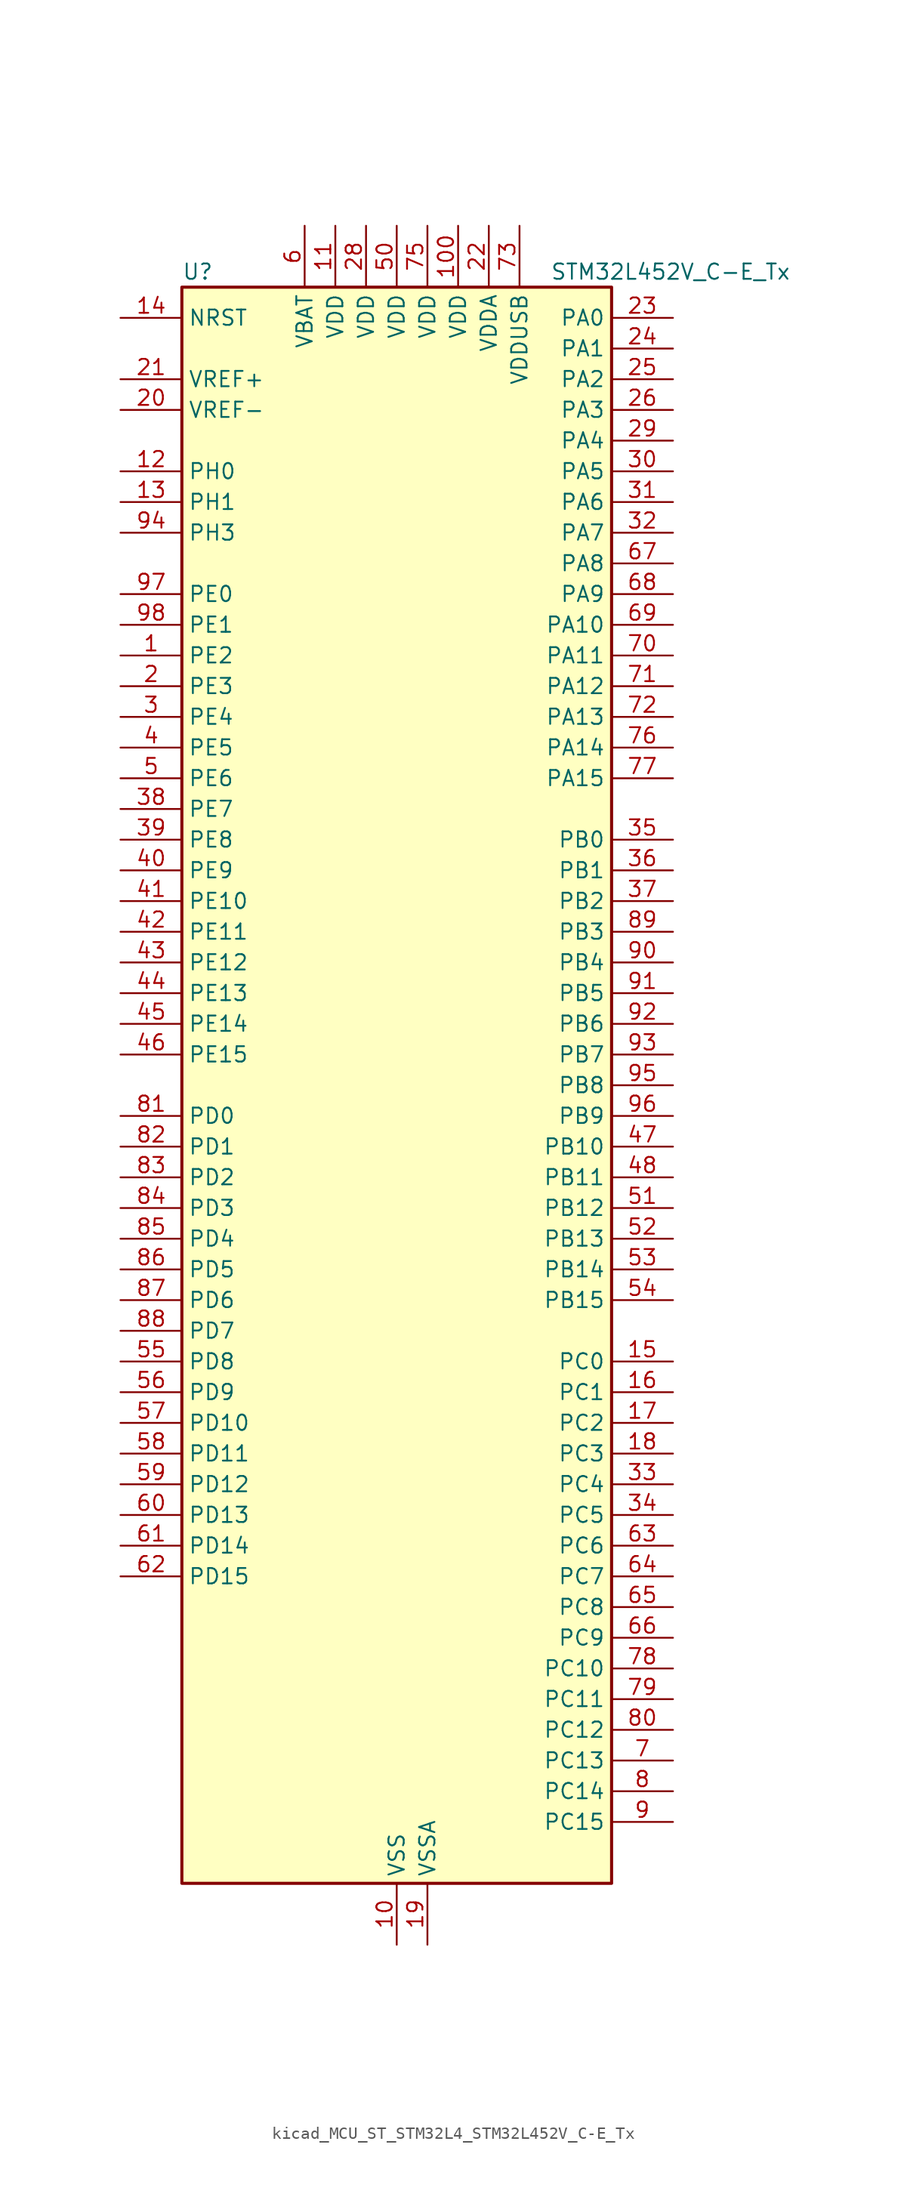
<source format=kicad_sym>
(kicad_symbol_lib
  (version 20220914)
  (generator kicad_symbol_editor)
  (symbol "kicad_MCU_ST_STM32L4_STM32L452V_C-E_Tx"
    (property "Reference" "U"
      (at -17.78 67.31 0)
      (effects (font (size 1.27 1.27)) (justify left)))
    (property "Value" "STM32L452V_C-E_Tx"
      (at 12.7 67.31 0)
      (effects (font (size 1.27 1.27)) (justify left)))
    (property "ki_locked" ""
      (at 0 0 0)
      (effects (font (size 1.27 1.27))))
    (symbol "kicad_MCU_ST_STM32L4_STM32L452V_C-E_Tx_0_1"
      (rectangle (start -17.78 -66.04) (end 17.78 66.04) (stroke (width 0.254) (type default)) (fill (type background))))
    (symbol "kicad_MCU_ST_STM32L4_STM32L452V_C-E_Tx_1_1"
      (pin bidirectional line (at -22.86 35.56 0) (length 5.08) (name "PE2" (effects (font (size 1.27 1.27)))) (number "1" (effects (font (size 1.27 1.27)))) (alternate "SAI1_MCLK_A" bidirectional line) (alternate "SYS_TRACECLK" bidirectional line) (alternate "TIM3_ETR" bidirectional line) (alternate "TSC_G7_IO1" bidirectional line))
      (pin power_in line (at 0 -71.12 90) (length 5.08) (name "VSS" (effects (font (size 1.27 1.27)))) (number "10" (effects (font (size 1.27 1.27)))))
      (pin power_in line (at 5.08 71.12 270) (length 5.08) (name "VDD" (effects (font (size 1.27 1.27)))) (number "100" (effects (font (size 1.27 1.27)))))
      (pin power_in line (at -5.08 71.12 270) (length 5.08) (name "VDD" (effects (font (size 1.27 1.27)))) (number "11" (effects (font (size 1.27 1.27)))))
      (pin bidirectional line (at -22.86 50.8 0) (length 5.08) (name "PH0" (effects (font (size 1.27 1.27)))) (number "12" (effects (font (size 1.27 1.27)))) (alternate "RCC_OSC_IN" bidirectional line))
      (pin bidirectional line (at -22.86 48.26 0) (length 5.08) (name "PH1" (effects (font (size 1.27 1.27)))) (number "13" (effects (font (size 1.27 1.27)))) (alternate "RCC_OSC_OUT" bidirectional line))
      (pin input line (at -22.86 63.5 0) (length 5.08) (name "NRST" (effects (font (size 1.27 1.27)))) (number "14" (effects (font (size 1.27 1.27)))))
      (pin bidirectional line (at 22.86 -22.86 180) (length 5.08) (name "PC0" (effects (font (size 1.27 1.27)))) (number "15" (effects (font (size 1.27 1.27)))) (alternate "ADC1_IN1" bidirectional line) (alternate "I2C3_SCL" bidirectional line) (alternate "I2C4_SCL" bidirectional line) (alternate "LPTIM1_IN1" bidirectional line) (alternate "LPTIM2_IN1" bidirectional line) (alternate "LPUART1_RX" bidirectional line))
      (pin bidirectional line (at 22.86 -25.4 180) (length 5.08) (name "PC1" (effects (font (size 1.27 1.27)))) (number "16" (effects (font (size 1.27 1.27)))) (alternate "ADC1_IN2" bidirectional line) (alternate "I2C3_SDA" bidirectional line) (alternate "I2C4_SDA" bidirectional line) (alternate "LPTIM1_OUT" bidirectional line) (alternate "LPUART1_TX" bidirectional line) (alternate "SYS_TRACED0" bidirectional line))
      (pin bidirectional line (at 22.86 -27.94 180) (length 5.08) (name "PC2" (effects (font (size 1.27 1.27)))) (number "17" (effects (font (size 1.27 1.27)))) (alternate "ADC1_IN3" bidirectional line) (alternate "DFSDM1_CKOUT" bidirectional line) (alternate "LPTIM1_IN2" bidirectional line) (alternate "SPI2_MISO" bidirectional line))
      (pin bidirectional line (at 22.86 -30.48 180) (length 5.08) (name "PC3" (effects (font (size 1.27 1.27)))) (number "18" (effects (font (size 1.27 1.27)))) (alternate "ADC1_IN4" bidirectional line) (alternate "LPTIM1_ETR" bidirectional line) (alternate "LPTIM2_ETR" bidirectional line) (alternate "SAI1_SD_A" bidirectional line) (alternate "SPI2_MOSI" bidirectional line))
      (pin power_in line (at 2.54 -71.12 90) (length 5.08) (name "VSSA" (effects (font (size 1.27 1.27)))) (number "19" (effects (font (size 1.27 1.27)))))
      (pin bidirectional line (at -22.86 33.02 0) (length 5.08) (name "PE3" (effects (font (size 1.27 1.27)))) (number "2" (effects (font (size 1.27 1.27)))) (alternate "SAI1_SD_B" bidirectional line) (alternate "SYS_TRACED0" bidirectional line) (alternate "TIM3_CH1" bidirectional line) (alternate "TSC_G7_IO2" bidirectional line))
      (pin input line (at -22.86 55.88 0) (length 5.08) (name "VREF-" (effects (font (size 1.27 1.27)))) (number "20" (effects (font (size 1.27 1.27)))))
      (pin input line (at -22.86 58.42 0) (length 5.08) (name "VREF+" (effects (font (size 1.27 1.27)))) (number "21" (effects (font (size 1.27 1.27)))) (alternate "VREFBUF_OUT" bidirectional line))
      (pin power_in line (at 7.62 71.12 270) (length 5.08) (name "VDDA" (effects (font (size 1.27 1.27)))) (number "22" (effects (font (size 1.27 1.27)))))
      (pin bidirectional line (at 22.86 63.5 180) (length 5.08) (name "PA0" (effects (font (size 1.27 1.27)))) (number "23" (effects (font (size 1.27 1.27)))) (alternate "ADC1_IN5" bidirectional line) (alternate "COMP1_INM" bidirectional line) (alternate "COMP1_OUT" bidirectional line) (alternate "OPAMP1_VINP" bidirectional line) (alternate "RTC_TAMP2" bidirectional line) (alternate "SAI1_EXTCLK" bidirectional line) (alternate "SYS_WKUP1" bidirectional line) (alternate "TIM2_CH1" bidirectional line) (alternate "TIM2_ETR" bidirectional line) (alternate "UART4_TX" bidirectional line) (alternate "USART2_CTS" bidirectional line))
      (pin bidirectional line (at 22.86 60.96 180) (length 5.08) (name "PA1" (effects (font (size 1.27 1.27)))) (number "24" (effects (font (size 1.27 1.27)))) (alternate "ADC1_IN6" bidirectional line) (alternate "COMP1_INP" bidirectional line) (alternate "I2C1_SMBA" bidirectional line) (alternate "OPAMP1_VINM" bidirectional line) (alternate "SPI1_SCK" bidirectional line) (alternate "TIM15_CH1N" bidirectional line) (alternate "TIM2_CH2" bidirectional line) (alternate "UART4_RX" bidirectional line) (alternate "USART2_DE" bidirectional line) (alternate "USART2_RTS" bidirectional line))
      (pin bidirectional line (at 22.86 58.42 180) (length 5.08) (name "PA2" (effects (font (size 1.27 1.27)))) (number "25" (effects (font (size 1.27 1.27)))) (alternate "ADC1_IN7" bidirectional line) (alternate "COMP2_INM" bidirectional line) (alternate "COMP2_OUT" bidirectional line) (alternate "LPUART1_TX" bidirectional line) (alternate "QUADSPI_BK1_NCS" bidirectional line) (alternate "RCC_LSCO" bidirectional line) (alternate "SYS_WKUP4" bidirectional line) (alternate "TIM15_CH1" bidirectional line) (alternate "TIM2_CH3" bidirectional line) (alternate "USART2_TX" bidirectional line))
      (pin bidirectional line (at 22.86 55.88 180) (length 5.08) (name "PA3" (effects (font (size 1.27 1.27)))) (number "26" (effects (font (size 1.27 1.27)))) (alternate "ADC1_IN8" bidirectional line) (alternate "COMP2_INP" bidirectional line) (alternate "LPUART1_RX" bidirectional line) (alternate "OPAMP1_VOUT" bidirectional line) (alternate "QUADSPI_CLK" bidirectional line) (alternate "SAI1_MCLK_A" bidirectional line) (alternate "TIM15_CH2" bidirectional line) (alternate "TIM2_CH4" bidirectional line) (alternate "USART2_RX" bidirectional line))
      (pin passive line (at 0 -71.12 90) (length 5.08) hide (name "VSS" (effects (font (size 1.27 1.27)))) (number "27" (effects (font (size 1.27 1.27)))))
      (pin power_in line (at -2.54 71.12 270) (length 5.08) (name "VDD" (effects (font (size 1.27 1.27)))) (number "28" (effects (font (size 1.27 1.27)))))
      (pin bidirectional line (at 22.86 53.34 180) (length 5.08) (name "PA4" (effects (font (size 1.27 1.27)))) (number "29" (effects (font (size 1.27 1.27)))) (alternate "ADC1_IN9" bidirectional line) (alternate "COMP1_INM" bidirectional line) (alternate "COMP2_INM" bidirectional line) (alternate "DAC1_OUT1" bidirectional line) (alternate "LPTIM2_OUT" bidirectional line) (alternate "SAI1_FS_B" bidirectional line) (alternate "SPI1_NSS" bidirectional line) (alternate "SPI3_NSS" bidirectional line) (alternate "USART2_CK" bidirectional line))
      (pin bidirectional line (at -22.86 30.48 0) (length 5.08) (name "PE4" (effects (font (size 1.27 1.27)))) (number "3" (effects (font (size 1.27 1.27)))) (alternate "DFSDM1_DATIN3" bidirectional line) (alternate "SAI1_FS_A" bidirectional line) (alternate "SYS_TRACED1" bidirectional line) (alternate "TIM3_CH2" bidirectional line) (alternate "TSC_G7_IO3" bidirectional line))
      (pin bidirectional line (at 22.86 50.8 180) (length 5.08) (name "PA5" (effects (font (size 1.27 1.27)))) (number "30" (effects (font (size 1.27 1.27)))) (alternate "ADC1_IN10" bidirectional line) (alternate "COMP1_INM" bidirectional line) (alternate "COMP2_INM" bidirectional line) (alternate "DFSDM1_CKOUT" bidirectional line) (alternate "LPTIM2_ETR" bidirectional line) (alternate "SPI1_SCK" bidirectional line) (alternate "TIM2_CH1" bidirectional line) (alternate "TIM2_ETR" bidirectional line))
      (pin bidirectional line (at 22.86 48.26 180) (length 5.08) (name "PA6" (effects (font (size 1.27 1.27)))) (number "31" (effects (font (size 1.27 1.27)))) (alternate "ADC1_IN11" bidirectional line) (alternate "COMP1_OUT" bidirectional line) (alternate "LPUART1_CTS" bidirectional line) (alternate "QUADSPI_BK1_IO3" bidirectional line) (alternate "SPI1_MISO" bidirectional line) (alternate "TIM16_CH1" bidirectional line) (alternate "TIM1_BKIN" bidirectional line) (alternate "TIM1_BKIN_COMP2" bidirectional line) (alternate "TIM3_CH1" bidirectional line) (alternate "USART3_CTS" bidirectional line))
      (pin bidirectional line (at 22.86 45.72 180) (length 5.08) (name "PA7" (effects (font (size 1.27 1.27)))) (number "32" (effects (font (size 1.27 1.27)))) (alternate "ADC1_IN12" bidirectional line) (alternate "COMP2_OUT" bidirectional line) (alternate "DFSDM1_DATIN0" bidirectional line) (alternate "I2C3_SCL" bidirectional line) (alternate "QUADSPI_BK1_IO2" bidirectional line) (alternate "SPI1_MOSI" bidirectional line) (alternate "TIM1_CH1N" bidirectional line) (alternate "TIM3_CH2" bidirectional line))
      (pin bidirectional line (at 22.86 -33.02 180) (length 5.08) (name "PC4" (effects (font (size 1.27 1.27)))) (number "33" (effects (font (size 1.27 1.27)))) (alternate "ADC1_IN13" bidirectional line) (alternate "COMP1_INM" bidirectional line) (alternate "USART3_TX" bidirectional line))
      (pin bidirectional line (at 22.86 -35.56 180) (length 5.08) (name "PC5" (effects (font (size 1.27 1.27)))) (number "34" (effects (font (size 1.27 1.27)))) (alternate "ADC1_IN14" bidirectional line) (alternate "COMP1_INP" bidirectional line) (alternate "SYS_WKUP5" bidirectional line) (alternate "USART3_RX" bidirectional line))
      (pin bidirectional line (at 22.86 20.32 180) (length 5.08) (name "PB0" (effects (font (size 1.27 1.27)))) (number "35" (effects (font (size 1.27 1.27)))) (alternate "ADC1_IN15" bidirectional line) (alternate "COMP1_OUT" bidirectional line) (alternate "DFSDM1_CKIN0" bidirectional line) (alternate "QUADSPI_BK1_IO1" bidirectional line) (alternate "SAI1_EXTCLK" bidirectional line) (alternate "SPI1_NSS" bidirectional line) (alternate "TIM1_CH2N" bidirectional line) (alternate "TIM3_CH3" bidirectional line) (alternate "USART3_CK" bidirectional line))
      (pin bidirectional line (at 22.86 17.78 180) (length 5.08) (name "PB1" (effects (font (size 1.27 1.27)))) (number "36" (effects (font (size 1.27 1.27)))) (alternate "ADC1_IN16" bidirectional line) (alternate "COMP1_INM" bidirectional line) (alternate "DFSDM1_DATIN0" bidirectional line) (alternate "LPTIM2_IN1" bidirectional line) (alternate "LPUART1_DE" bidirectional line) (alternate "LPUART1_RTS" bidirectional line) (alternate "QUADSPI_BK1_IO0" bidirectional line) (alternate "TIM1_CH3N" bidirectional line) (alternate "TIM3_CH4" bidirectional line) (alternate "USART3_DE" bidirectional line) (alternate "USART3_RTS" bidirectional line))
      (pin bidirectional line (at 22.86 15.24 180) (length 5.08) (name "PB2" (effects (font (size 1.27 1.27)))) (number "37" (effects (font (size 1.27 1.27)))) (alternate "COMP1_INP" bidirectional line) (alternate "DFSDM1_CKIN0" bidirectional line) (alternate "I2C3_SMBA" bidirectional line) (alternate "LPTIM1_OUT" bidirectional line) (alternate "RTC_OUT_ALARM" bidirectional line) (alternate "RTC_OUT_CALIB" bidirectional line))
      (pin bidirectional line (at -22.86 22.86 0) (length 5.08) (name "PE7" (effects (font (size 1.27 1.27)))) (number "38" (effects (font (size 1.27 1.27)))) (alternate "DFSDM1_DATIN2" bidirectional line) (alternate "SAI1_SD_B" bidirectional line) (alternate "TIM1_ETR" bidirectional line))
      (pin bidirectional line (at -22.86 20.32 0) (length 5.08) (name "PE8" (effects (font (size 1.27 1.27)))) (number "39" (effects (font (size 1.27 1.27)))) (alternate "DFSDM1_CKIN2" bidirectional line) (alternate "SAI1_SCK_B" bidirectional line) (alternate "TIM1_CH1N" bidirectional line))
      (pin bidirectional line (at -22.86 27.94 0) (length 5.08) (name "PE5" (effects (font (size 1.27 1.27)))) (number "4" (effects (font (size 1.27 1.27)))) (alternate "DFSDM1_CKIN3" bidirectional line) (alternate "SAI1_SCK_A" bidirectional line) (alternate "SYS_TRACED2" bidirectional line) (alternate "TIM3_CH3" bidirectional line) (alternate "TSC_G7_IO4" bidirectional line))
      (pin bidirectional line (at -22.86 17.78 0) (length 5.08) (name "PE9" (effects (font (size 1.27 1.27)))) (number "40" (effects (font (size 1.27 1.27)))) (alternate "DAC1_EXTI9" bidirectional line) (alternate "DFSDM1_CKOUT" bidirectional line) (alternate "SAI1_FS_B" bidirectional line) (alternate "TIM1_CH1" bidirectional line))
      (pin bidirectional line (at -22.86 15.24 0) (length 5.08) (name "PE10" (effects (font (size 1.27 1.27)))) (number "41" (effects (font (size 1.27 1.27)))) (alternate "QUADSPI_CLK" bidirectional line) (alternate "SAI1_MCLK_B" bidirectional line) (alternate "TIM1_CH2N" bidirectional line) (alternate "TSC_G5_IO1" bidirectional line))
      (pin bidirectional line (at -22.86 12.7 0) (length 5.08) (name "PE11" (effects (font (size 1.27 1.27)))) (number "42" (effects (font (size 1.27 1.27)))) (alternate "ADC1_EXTI11" bidirectional line) (alternate "QUADSPI_BK1_NCS" bidirectional line) (alternate "TIM1_CH2" bidirectional line) (alternate "TSC_G5_IO2" bidirectional line))
      (pin bidirectional line (at -22.86 10.16 0) (length 5.08) (name "PE12" (effects (font (size 1.27 1.27)))) (number "43" (effects (font (size 1.27 1.27)))) (alternate "QUADSPI_BK1_IO0" bidirectional line) (alternate "SPI1_NSS" bidirectional line) (alternate "TIM1_CH3N" bidirectional line) (alternate "TSC_G5_IO3" bidirectional line))
      (pin bidirectional line (at -22.86 7.62 0) (length 5.08) (name "PE13" (effects (font (size 1.27 1.27)))) (number "44" (effects (font (size 1.27 1.27)))) (alternate "QUADSPI_BK1_IO1" bidirectional line) (alternate "SPI1_SCK" bidirectional line) (alternate "TIM1_CH3" bidirectional line) (alternate "TSC_G5_IO4" bidirectional line))
      (pin bidirectional line (at -22.86 5.08 0) (length 5.08) (name "PE14" (effects (font (size 1.27 1.27)))) (number "45" (effects (font (size 1.27 1.27)))) (alternate "QUADSPI_BK1_IO2" bidirectional line) (alternate "SPI1_MISO" bidirectional line) (alternate "TIM1_BKIN2" bidirectional line) (alternate "TIM1_BKIN2_COMP2" bidirectional line) (alternate "TIM1_CH4" bidirectional line))
      (pin bidirectional line (at -22.86 2.54 0) (length 5.08) (name "PE15" (effects (font (size 1.27 1.27)))) (number "46" (effects (font (size 1.27 1.27)))) (alternate "ADC1_EXTI15" bidirectional line) (alternate "QUADSPI_BK1_IO3" bidirectional line) (alternate "SPI1_MOSI" bidirectional line) (alternate "TIM1_BKIN" bidirectional line) (alternate "TIM1_BKIN_COMP1" bidirectional line))
      (pin bidirectional line (at 22.86 -5.08 180) (length 5.08) (name "PB10" (effects (font (size 1.27 1.27)))) (number "47" (effects (font (size 1.27 1.27)))) (alternate "COMP1_OUT" bidirectional line) (alternate "I2C2_SCL" bidirectional line) (alternate "I2C4_SCL" bidirectional line) (alternate "LPUART1_RX" bidirectional line) (alternate "QUADSPI_CLK" bidirectional line) (alternate "SAI1_SCK_A" bidirectional line) (alternate "SPI2_SCK" bidirectional line) (alternate "TIM2_CH3" bidirectional line) (alternate "TSC_SYNC" bidirectional line) (alternate "USART3_TX" bidirectional line))
      (pin bidirectional line (at 22.86 -7.62 180) (length 5.08) (name "PB11" (effects (font (size 1.27 1.27)))) (number "48" (effects (font (size 1.27 1.27)))) (alternate "ADC1_EXTI11" bidirectional line) (alternate "COMP2_OUT" bidirectional line) (alternate "I2C2_SDA" bidirectional line) (alternate "I2C4_SDA" bidirectional line) (alternate "LPUART1_TX" bidirectional line) (alternate "QUADSPI_BK1_NCS" bidirectional line) (alternate "TIM2_CH4" bidirectional line) (alternate "USART3_RX" bidirectional line))
      (pin passive line (at 0 -71.12 90) (length 5.08) hide (name "VSS" (effects (font (size 1.27 1.27)))) (number "49" (effects (font (size 1.27 1.27)))))
      (pin bidirectional line (at -22.86 25.4 0) (length 5.08) (name "PE6" (effects (font (size 1.27 1.27)))) (number "5" (effects (font (size 1.27 1.27)))) (alternate "RTC_TAMP3" bidirectional line) (alternate "SAI1_SD_A" bidirectional line) (alternate "SYS_TRACED3" bidirectional line) (alternate "SYS_WKUP3" bidirectional line) (alternate "TIM3_CH4" bidirectional line))
      (pin power_in line (at 0 71.12 270) (length 5.08) (name "VDD" (effects (font (size 1.27 1.27)))) (number "50" (effects (font (size 1.27 1.27)))))
      (pin bidirectional line (at 22.86 -10.16 180) (length 5.08) (name "PB12" (effects (font (size 1.27 1.27)))) (number "51" (effects (font (size 1.27 1.27)))) (alternate "CAN1_RX" bidirectional line) (alternate "DFSDM1_DATIN1" bidirectional line) (alternate "I2C2_SMBA" bidirectional line) (alternate "LPUART1_DE" bidirectional line) (alternate "LPUART1_RTS" bidirectional line) (alternate "SAI1_FS_A" bidirectional line) (alternate "SPI2_NSS" bidirectional line) (alternate "TIM15_BKIN" bidirectional line) (alternate "TIM1_BKIN" bidirectional line) (alternate "TIM1_BKIN_COMP2" bidirectional line) (alternate "TSC_G1_IO1" bidirectional line) (alternate "USART3_CK" bidirectional line))
      (pin bidirectional line (at 22.86 -12.7 180) (length 5.08) (name "PB13" (effects (font (size 1.27 1.27)))) (number "52" (effects (font (size 1.27 1.27)))) (alternate "CAN1_TX" bidirectional line) (alternate "DFSDM1_CKIN1" bidirectional line) (alternate "I2C2_SCL" bidirectional line) (alternate "LPUART1_CTS" bidirectional line) (alternate "SAI1_SCK_A" bidirectional line) (alternate "SPI2_SCK" bidirectional line) (alternate "TIM15_CH1N" bidirectional line) (alternate "TIM1_CH1N" bidirectional line) (alternate "TSC_G1_IO2" bidirectional line) (alternate "USART3_CTS" bidirectional line))
      (pin bidirectional line (at 22.86 -15.24 180) (length 5.08) (name "PB14" (effects (font (size 1.27 1.27)))) (number "53" (effects (font (size 1.27 1.27)))) (alternate "DFSDM1_DATIN2" bidirectional line) (alternate "I2C2_SDA" bidirectional line) (alternate "SAI1_MCLK_A" bidirectional line) (alternate "SPI2_MISO" bidirectional line) (alternate "TIM15_CH1" bidirectional line) (alternate "TIM1_CH2N" bidirectional line) (alternate "TSC_G1_IO3" bidirectional line) (alternate "USART3_DE" bidirectional line) (alternate "USART3_RTS" bidirectional line))
      (pin bidirectional line (at 22.86 -17.78 180) (length 5.08) (name "PB15" (effects (font (size 1.27 1.27)))) (number "54" (effects (font (size 1.27 1.27)))) (alternate "ADC1_EXTI15" bidirectional line) (alternate "DFSDM1_CKIN2" bidirectional line) (alternate "RTC_REFIN" bidirectional line) (alternate "SAI1_SD_A" bidirectional line) (alternate "SPI2_MOSI" bidirectional line) (alternate "TIM15_CH2" bidirectional line) (alternate "TIM1_CH3N" bidirectional line) (alternate "TSC_G1_IO4" bidirectional line))
      (pin bidirectional line (at -22.86 -22.86 0) (length 5.08) (name "PD8" (effects (font (size 1.27 1.27)))) (number "55" (effects (font (size 1.27 1.27)))) (alternate "USART3_TX" bidirectional line))
      (pin bidirectional line (at -22.86 -25.4 0) (length 5.08) (name "PD9" (effects (font (size 1.27 1.27)))) (number "56" (effects (font (size 1.27 1.27)))) (alternate "DAC1_EXTI9" bidirectional line) (alternate "USART3_RX" bidirectional line))
      (pin bidirectional line (at -22.86 -27.94 0) (length 5.08) (name "PD10" (effects (font (size 1.27 1.27)))) (number "57" (effects (font (size 1.27 1.27)))) (alternate "TSC_G6_IO1" bidirectional line) (alternate "USART3_CK" bidirectional line))
      (pin bidirectional line (at -22.86 -30.48 0) (length 5.08) (name "PD11" (effects (font (size 1.27 1.27)))) (number "58" (effects (font (size 1.27 1.27)))) (alternate "ADC1_EXTI11" bidirectional line) (alternate "I2C4_SMBA" bidirectional line) (alternate "LPTIM2_ETR" bidirectional line) (alternate "TSC_G6_IO2" bidirectional line) (alternate "USART3_CTS" bidirectional line))
      (pin bidirectional line (at -22.86 -33.02 0) (length 5.08) (name "PD12" (effects (font (size 1.27 1.27)))) (number "59" (effects (font (size 1.27 1.27)))) (alternate "I2C4_SCL" bidirectional line) (alternate "LPTIM2_IN1" bidirectional line) (alternate "TSC_G6_IO3" bidirectional line) (alternate "USART3_DE" bidirectional line) (alternate "USART3_RTS" bidirectional line))
      (pin power_in line (at -7.62 71.12 270) (length 5.08) (name "VBAT" (effects (font (size 1.27 1.27)))) (number "6" (effects (font (size 1.27 1.27)))))
      (pin bidirectional line (at -22.86 -35.56 0) (length 5.08) (name "PD13" (effects (font (size 1.27 1.27)))) (number "60" (effects (font (size 1.27 1.27)))) (alternate "I2C4_SDA" bidirectional line) (alternate "LPTIM2_OUT" bidirectional line) (alternate "TSC_G6_IO4" bidirectional line))
      (pin bidirectional line (at -22.86 -38.1 0) (length 5.08) (name "PD14" (effects (font (size 1.27 1.27)))) (number "61" (effects (font (size 1.27 1.27)))))
      (pin bidirectional line (at -22.86 -40.64 0) (length 5.08) (name "PD15" (effects (font (size 1.27 1.27)))) (number "62" (effects (font (size 1.27 1.27)))) (alternate "ADC1_EXTI15" bidirectional line))
      (pin bidirectional line (at 22.86 -38.1 180) (length 5.08) (name "PC6" (effects (font (size 1.27 1.27)))) (number "63" (effects (font (size 1.27 1.27)))) (alternate "DFSDM1_CKIN3" bidirectional line) (alternate "SDMMC1_D6" bidirectional line) (alternate "TIM3_CH1" bidirectional line) (alternate "TSC_G4_IO1" bidirectional line))
      (pin bidirectional line (at 22.86 -40.64 180) (length 5.08) (name "PC7" (effects (font (size 1.27 1.27)))) (number "64" (effects (font (size 1.27 1.27)))) (alternate "DFSDM1_DATIN3" bidirectional line) (alternate "SDMMC1_D7" bidirectional line) (alternate "TIM3_CH2" bidirectional line) (alternate "TSC_G4_IO2" bidirectional line))
      (pin bidirectional line (at 22.86 -43.18 180) (length 5.08) (name "PC8" (effects (font (size 1.27 1.27)))) (number "65" (effects (font (size 1.27 1.27)))) (alternate "SDMMC1_D0" bidirectional line) (alternate "TIM3_CH3" bidirectional line) (alternate "TSC_G4_IO3" bidirectional line))
      (pin bidirectional line (at 22.86 -45.72 180) (length 5.08) (name "PC9" (effects (font (size 1.27 1.27)))) (number "66" (effects (font (size 1.27 1.27)))) (alternate "DAC1_EXTI9" bidirectional line) (alternate "SDMMC1_D1" bidirectional line) (alternate "TIM3_CH4" bidirectional line) (alternate "TSC_G4_IO4" bidirectional line) (alternate "USB_NOE" bidirectional line))
      (pin bidirectional line (at 22.86 43.18 180) (length 5.08) (name "PA8" (effects (font (size 1.27 1.27)))) (number "67" (effects (font (size 1.27 1.27)))) (alternate "DFSDM1_CKIN1" bidirectional line) (alternate "LPTIM2_OUT" bidirectional line) (alternate "RCC_MCO" bidirectional line) (alternate "SAI1_SCK_A" bidirectional line) (alternate "TIM1_CH1" bidirectional line) (alternate "USART1_CK" bidirectional line))
      (pin bidirectional line (at 22.86 40.64 180) (length 5.08) (name "PA9" (effects (font (size 1.27 1.27)))) (number "68" (effects (font (size 1.27 1.27)))) (alternate "DAC1_EXTI9" bidirectional line) (alternate "DFSDM1_DATIN1" bidirectional line) (alternate "I2C1_SCL" bidirectional line) (alternate "SAI1_FS_A" bidirectional line) (alternate "TIM15_BKIN" bidirectional line) (alternate "TIM1_CH2" bidirectional line) (alternate "USART1_TX" bidirectional line))
      (pin bidirectional line (at 22.86 38.1 180) (length 5.08) (name "PA10" (effects (font (size 1.27 1.27)))) (number "69" (effects (font (size 1.27 1.27)))) (alternate "CRS_SYNC" bidirectional line) (alternate "I2C1_SDA" bidirectional line) (alternate "SAI1_SD_A" bidirectional line) (alternate "TIM1_CH3" bidirectional line) (alternate "USART1_RX" bidirectional line))
      (pin bidirectional line (at 22.86 -55.88 180) (length 5.08) (name "PC13" (effects (font (size 1.27 1.27)))) (number "7" (effects (font (size 1.27 1.27)))) (alternate "RTC_OUT_ALARM" bidirectional line) (alternate "RTC_OUT_CALIB" bidirectional line) (alternate "RTC_TAMP1" bidirectional line) (alternate "RTC_TS" bidirectional line) (alternate "SYS_WKUP2" bidirectional line))
      (pin bidirectional line (at 22.86 35.56 180) (length 5.08) (name "PA11" (effects (font (size 1.27 1.27)))) (number "70" (effects (font (size 1.27 1.27)))) (alternate "ADC1_EXTI11" bidirectional line) (alternate "CAN1_RX" bidirectional line) (alternate "COMP1_OUT" bidirectional line) (alternate "SPI1_MISO" bidirectional line) (alternate "TIM1_BKIN2" bidirectional line) (alternate "TIM1_BKIN2_COMP1" bidirectional line) (alternate "TIM1_CH4" bidirectional line) (alternate "USART1_CTS" bidirectional line) (alternate "USB_DM" bidirectional line))
      (pin bidirectional line (at 22.86 33.02 180) (length 5.08) (name "PA12" (effects (font (size 1.27 1.27)))) (number "71" (effects (font (size 1.27 1.27)))) (alternate "CAN1_TX" bidirectional line) (alternate "SPI1_MOSI" bidirectional line) (alternate "TIM1_ETR" bidirectional line) (alternate "USART1_DE" bidirectional line) (alternate "USART1_RTS" bidirectional line) (alternate "USB_DP" bidirectional line))
      (pin bidirectional line (at 22.86 30.48 180) (length 5.08) (name "PA13" (effects (font (size 1.27 1.27)))) (number "72" (effects (font (size 1.27 1.27)))) (alternate "IR_OUT" bidirectional line) (alternate "SAI1_SD_B" bidirectional line) (alternate "SYS_JTMS-SWDIO" bidirectional line) (alternate "USB_NOE" bidirectional line))
      (pin power_in line (at 10.16 71.12 270) (length 5.08) (name "VDDUSB" (effects (font (size 1.27 1.27)))) (number "73" (effects (font (size 1.27 1.27)))))
      (pin passive line (at 0 -71.12 90) (length 5.08) hide (name "VSS" (effects (font (size 1.27 1.27)))) (number "74" (effects (font (size 1.27 1.27)))))
      (pin power_in line (at 2.54 71.12 270) (length 5.08) (name "VDD" (effects (font (size 1.27 1.27)))) (number "75" (effects (font (size 1.27 1.27)))))
      (pin bidirectional line (at 22.86 27.94 180) (length 5.08) (name "PA14" (effects (font (size 1.27 1.27)))) (number "76" (effects (font (size 1.27 1.27)))) (alternate "I2C1_SMBA" bidirectional line) (alternate "I2C4_SMBA" bidirectional line) (alternate "LPTIM1_OUT" bidirectional line) (alternate "SAI1_FS_B" bidirectional line) (alternate "SYS_JTCK-SWCLK" bidirectional line))
      (pin bidirectional line (at 22.86 25.4 180) (length 5.08) (name "PA15" (effects (font (size 1.27 1.27)))) (number "77" (effects (font (size 1.27 1.27)))) (alternate "ADC1_EXTI15" bidirectional line) (alternate "SPI1_NSS" bidirectional line) (alternate "SPI3_NSS" bidirectional line) (alternate "SYS_JTDI" bidirectional line) (alternate "TIM2_CH1" bidirectional line) (alternate "TIM2_ETR" bidirectional line) (alternate "TSC_G3_IO1" bidirectional line) (alternate "UART4_DE" bidirectional line) (alternate "UART4_RTS" bidirectional line) (alternate "USART2_RX" bidirectional line) (alternate "USART3_DE" bidirectional line) (alternate "USART3_RTS" bidirectional line))
      (pin bidirectional line (at 22.86 -48.26 180) (length 5.08) (name "PC10" (effects (font (size 1.27 1.27)))) (number "78" (effects (font (size 1.27 1.27)))) (alternate "SDMMC1_D2" bidirectional line) (alternate "SPI3_SCK" bidirectional line) (alternate "SYS_TRACED1" bidirectional line) (alternate "TSC_G3_IO2" bidirectional line) (alternate "UART4_TX" bidirectional line) (alternate "USART3_TX" bidirectional line))
      (pin bidirectional line (at 22.86 -50.8 180) (length 5.08) (name "PC11" (effects (font (size 1.27 1.27)))) (number "79" (effects (font (size 1.27 1.27)))) (alternate "ADC1_EXTI11" bidirectional line) (alternate "SDMMC1_D3" bidirectional line) (alternate "SPI3_MISO" bidirectional line) (alternate "TSC_G3_IO3" bidirectional line) (alternate "UART4_RX" bidirectional line) (alternate "USART3_RX" bidirectional line))
      (pin bidirectional line (at 22.86 -58.42 180) (length 5.08) (name "PC14" (effects (font (size 1.27 1.27)))) (number "8" (effects (font (size 1.27 1.27)))) (alternate "RCC_OSC32_IN" bidirectional line))
      (pin bidirectional line (at 22.86 -53.34 180) (length 5.08) (name "PC12" (effects (font (size 1.27 1.27)))) (number "80" (effects (font (size 1.27 1.27)))) (alternate "SDMMC1_CK" bidirectional line) (alternate "SPI3_MOSI" bidirectional line) (alternate "SYS_TRACED3" bidirectional line) (alternate "TSC_G3_IO4" bidirectional line) (alternate "USART3_CK" bidirectional line))
      (pin bidirectional line (at -22.86 -2.54 0) (length 5.08) (name "PD0" (effects (font (size 1.27 1.27)))) (number "81" (effects (font (size 1.27 1.27)))) (alternate "CAN1_RX" bidirectional line) (alternate "SPI2_NSS" bidirectional line))
      (pin bidirectional line (at -22.86 -5.08 0) (length 5.08) (name "PD1" (effects (font (size 1.27 1.27)))) (number "82" (effects (font (size 1.27 1.27)))) (alternate "CAN1_TX" bidirectional line) (alternate "SPI2_SCK" bidirectional line))
      (pin bidirectional line (at -22.86 -7.62 0) (length 5.08) (name "PD2" (effects (font (size 1.27 1.27)))) (number "83" (effects (font (size 1.27 1.27)))) (alternate "SDMMC1_CMD" bidirectional line) (alternate "SYS_TRACED2" bidirectional line) (alternate "TIM3_ETR" bidirectional line) (alternate "TSC_SYNC" bidirectional line) (alternate "USART3_DE" bidirectional line) (alternate "USART3_RTS" bidirectional line))
      (pin bidirectional line (at -22.86 -10.16 0) (length 5.08) (name "PD3" (effects (font (size 1.27 1.27)))) (number "84" (effects (font (size 1.27 1.27)))) (alternate "DFSDM1_DATIN0" bidirectional line) (alternate "QUADSPI_BK2_NCS" bidirectional line) (alternate "SPI2_MISO" bidirectional line) (alternate "USART2_CTS" bidirectional line))
      (pin bidirectional line (at -22.86 -12.7 0) (length 5.08) (name "PD4" (effects (font (size 1.27 1.27)))) (number "85" (effects (font (size 1.27 1.27)))) (alternate "DFSDM1_CKIN0" bidirectional line) (alternate "QUADSPI_BK2_IO0" bidirectional line) (alternate "SPI2_MOSI" bidirectional line) (alternate "USART2_DE" bidirectional line) (alternate "USART2_RTS" bidirectional line))
      (pin bidirectional line (at -22.86 -15.24 0) (length 5.08) (name "PD5" (effects (font (size 1.27 1.27)))) (number "86" (effects (font (size 1.27 1.27)))) (alternate "QUADSPI_BK2_IO1" bidirectional line) (alternate "USART2_TX" bidirectional line))
      (pin bidirectional line (at -22.86 -17.78 0) (length 5.08) (name "PD6" (effects (font (size 1.27 1.27)))) (number "87" (effects (font (size 1.27 1.27)))) (alternate "DFSDM1_DATIN1" bidirectional line) (alternate "QUADSPI_BK2_IO2" bidirectional line) (alternate "SAI1_SD_A" bidirectional line) (alternate "USART2_RX" bidirectional line))
      (pin bidirectional line (at -22.86 -20.32 0) (length 5.08) (name "PD7" (effects (font (size 1.27 1.27)))) (number "88" (effects (font (size 1.27 1.27)))) (alternate "DFSDM1_CKIN1" bidirectional line) (alternate "QUADSPI_BK2_IO3" bidirectional line) (alternate "USART2_CK" bidirectional line))
      (pin bidirectional line (at 22.86 12.7 180) (length 5.08) (name "PB3" (effects (font (size 1.27 1.27)))) (number "89" (effects (font (size 1.27 1.27)))) (alternate "COMP2_INM" bidirectional line) (alternate "SAI1_SCK_B" bidirectional line) (alternate "SPI1_SCK" bidirectional line) (alternate "SPI3_SCK" bidirectional line) (alternate "SYS_JTDO-SWO" bidirectional line) (alternate "TIM2_CH2" bidirectional line) (alternate "USART1_DE" bidirectional line) (alternate "USART1_RTS" bidirectional line))
      (pin bidirectional line (at 22.86 -60.96 180) (length 5.08) (name "PC15" (effects (font (size 1.27 1.27)))) (number "9" (effects (font (size 1.27 1.27)))) (alternate "ADC1_EXTI15" bidirectional line) (alternate "RCC_OSC32_OUT" bidirectional line))
      (pin bidirectional line (at 22.86 10.16 180) (length 5.08) (name "PB4" (effects (font (size 1.27 1.27)))) (number "90" (effects (font (size 1.27 1.27)))) (alternate "COMP2_INP" bidirectional line) (alternate "I2C3_SDA" bidirectional line) (alternate "SAI1_MCLK_B" bidirectional line) (alternate "SPI1_MISO" bidirectional line) (alternate "SPI3_MISO" bidirectional line) (alternate "SYS_JTRST" bidirectional line) (alternate "TIM3_CH1" bidirectional line) (alternate "TSC_G2_IO1" bidirectional line) (alternate "USART1_CTS" bidirectional line))
      (pin bidirectional line (at 22.86 7.62 180) (length 5.08) (name "PB5" (effects (font (size 1.27 1.27)))) (number "91" (effects (font (size 1.27 1.27)))) (alternate "CAN1_RX" bidirectional line) (alternate "COMP2_OUT" bidirectional line) (alternate "I2C1_SMBA" bidirectional line) (alternate "LPTIM1_IN1" bidirectional line) (alternate "SAI1_SD_B" bidirectional line) (alternate "SPI1_MOSI" bidirectional line) (alternate "SPI3_MOSI" bidirectional line) (alternate "TIM16_BKIN" bidirectional line) (alternate "TIM3_CH2" bidirectional line) (alternate "TSC_G2_IO2" bidirectional line) (alternate "USART1_CK" bidirectional line))
      (pin bidirectional line (at 22.86 5.08 180) (length 5.08) (name "PB6" (effects (font (size 1.27 1.27)))) (number "92" (effects (font (size 1.27 1.27)))) (alternate "CAN1_TX" bidirectional line) (alternate "COMP2_INP" bidirectional line) (alternate "I2C1_SCL" bidirectional line) (alternate "I2C4_SCL" bidirectional line) (alternate "LPTIM1_ETR" bidirectional line) (alternate "SAI1_FS_B" bidirectional line) (alternate "TIM16_CH1N" bidirectional line) (alternate "TSC_G2_IO3" bidirectional line) (alternate "USART1_TX" bidirectional line))
      (pin bidirectional line (at 22.86 2.54 180) (length 5.08) (name "PB7" (effects (font (size 1.27 1.27)))) (number "93" (effects (font (size 1.27 1.27)))) (alternate "COMP2_INM" bidirectional line) (alternate "I2C1_SDA" bidirectional line) (alternate "I2C4_SDA" bidirectional line) (alternate "LPTIM1_IN2" bidirectional line) (alternate "SYS_PVD_IN" bidirectional line) (alternate "TSC_G2_IO4" bidirectional line) (alternate "UART4_CTS" bidirectional line) (alternate "USART1_RX" bidirectional line))
      (pin bidirectional line (at -22.86 45.72 0) (length 5.08) (name "PH3" (effects (font (size 1.27 1.27)))) (number "94" (effects (font (size 1.27 1.27)))))
      (pin bidirectional line (at 22.86 0 180) (length 5.08) (name "PB8" (effects (font (size 1.27 1.27)))) (number "95" (effects (font (size 1.27 1.27)))) (alternate "CAN1_RX" bidirectional line) (alternate "I2C1_SCL" bidirectional line) (alternate "SAI1_MCLK_A" bidirectional line) (alternate "SDMMC1_D4" bidirectional line) (alternate "TIM16_CH1" bidirectional line))
      (pin bidirectional line (at 22.86 -2.54 180) (length 5.08) (name "PB9" (effects (font (size 1.27 1.27)))) (number "96" (effects (font (size 1.27 1.27)))) (alternate "CAN1_TX" bidirectional line) (alternate "DAC1_EXTI9" bidirectional line) (alternate "I2C1_SDA" bidirectional line) (alternate "IR_OUT" bidirectional line) (alternate "SAI1_FS_A" bidirectional line) (alternate "SDMMC1_D5" bidirectional line) (alternate "SPI2_NSS" bidirectional line))
      (pin bidirectional line (at -22.86 40.64 0) (length 5.08) (name "PE0" (effects (font (size 1.27 1.27)))) (number "97" (effects (font (size 1.27 1.27)))) (alternate "TIM16_CH1" bidirectional line))
      (pin bidirectional line (at -22.86 38.1 0) (length 5.08) (name "PE1" (effects (font (size 1.27 1.27)))) (number "98" (effects (font (size 1.27 1.27)))))
      (pin passive line (at 0 -71.12 90) (length 5.08) hide (name "VSS" (effects (font (size 1.27 1.27)))) (number "99" (effects (font (size 1.27 1.27))))))))
</source>
